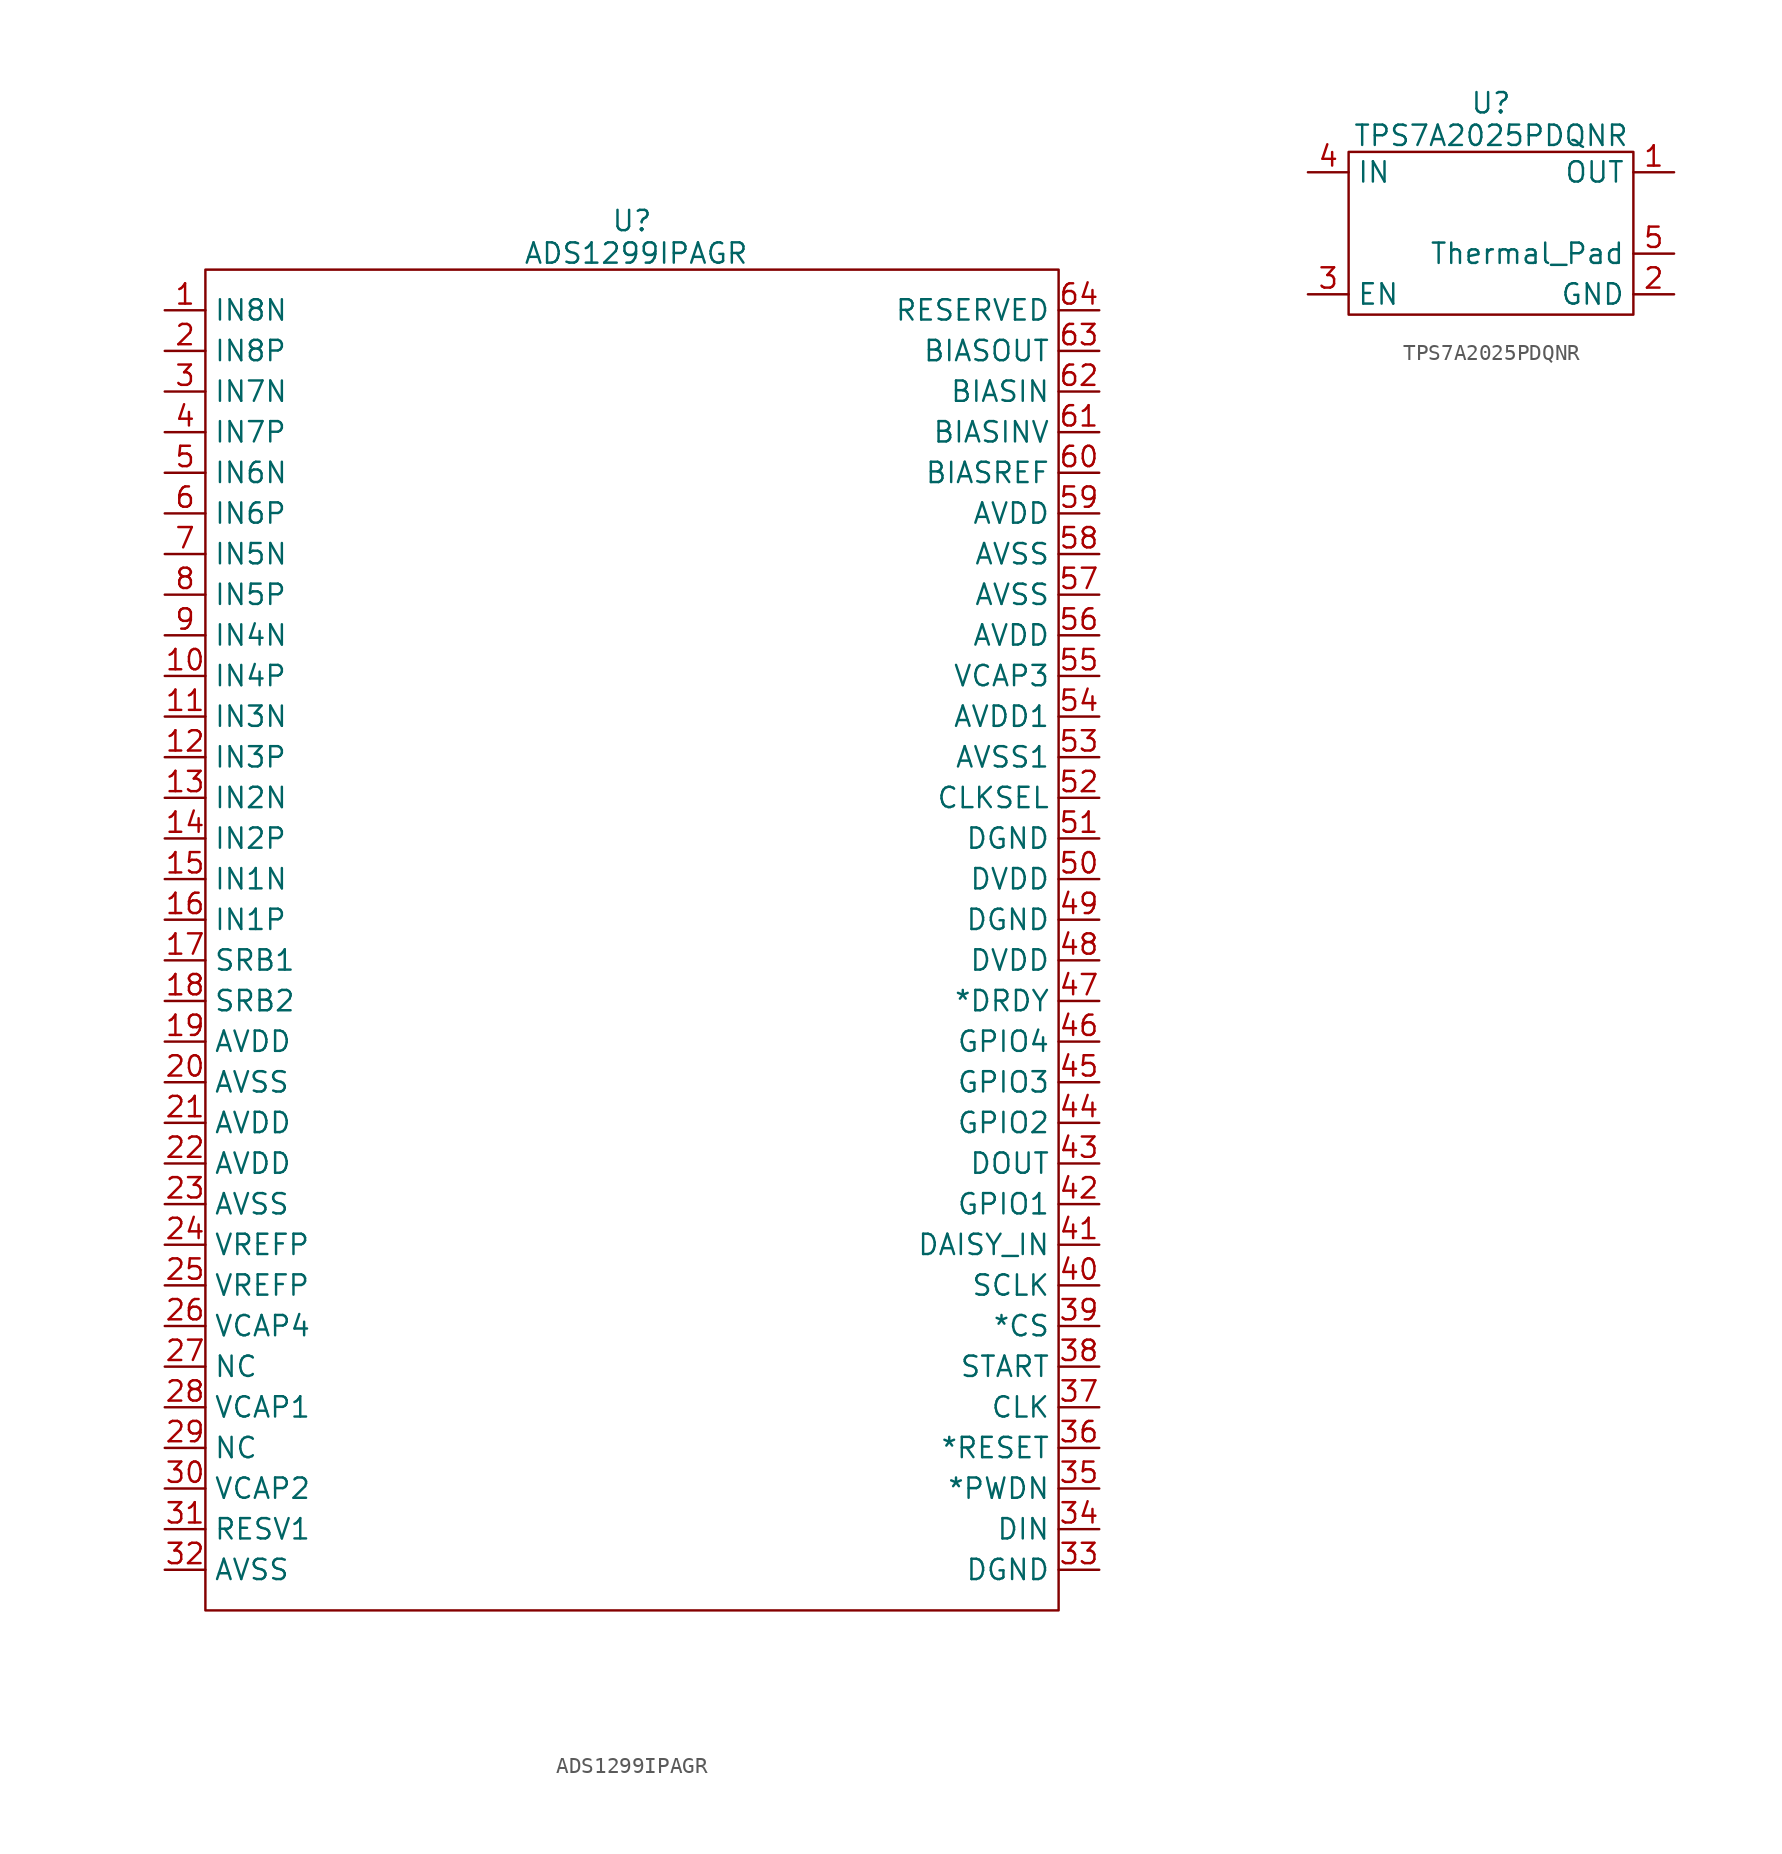
<source format=kicad_sym>
(kicad_symbol_lib
  (version 20241209)
  (generator "kicad_symbol_editor")
  (generator_version "9.0")
  (symbol "ADS1299IPAGR"
    (property "Reference" "U"
      (at 0 42.418 0)
      (effects (font (size 1.27 1.27))))
    (property "Value" "ADS1299IPAGR"
      (at 0.254 40.386 0)
      (effects (font (size 1.27 1.27))))
    (symbol "ADS1299IPAGR_0_1"
      (rectangle (start -26.67 39.37) (end 26.67 -44.45) (stroke (width 0) (type default)) (fill (type none))))
    (symbol "ADS1299IPAGR_1_1"
      (pin input line (at -29.21 36.83 0) (length 2.54) (name "IN8N" (effects (font (size 1.27 1.27)))) (number "1" (effects (font (size 1.27 1.27)))))
      (pin input line (at -29.21 34.29 0) (length 2.54) (name "IN8P" (effects (font (size 1.27 1.27)))) (number "2" (effects (font (size 1.27 1.27)))))
      (pin input line (at -29.21 31.75 0) (length 2.54) (name "IN7N" (effects (font (size 1.27 1.27)))) (number "3" (effects (font (size 1.27 1.27)))))
      (pin input line (at -29.21 29.21 0) (length 2.54) (name "IN7P" (effects (font (size 1.27 1.27)))) (number "4" (effects (font (size 1.27 1.27)))))
      (pin input line (at -29.21 26.67 0) (length 2.54) (name "IN6N" (effects (font (size 1.27 1.27)))) (number "5" (effects (font (size 1.27 1.27)))))
      (pin input line (at -29.21 24.13 0) (length 2.54) (name "IN6P" (effects (font (size 1.27 1.27)))) (number "6" (effects (font (size 1.27 1.27)))))
      (pin input line (at -29.21 21.59 0) (length 2.54) (name "IN5N" (effects (font (size 1.27 1.27)))) (number "7" (effects (font (size 1.27 1.27)))))
      (pin input line (at -29.21 19.05 0) (length 2.54) (name "IN5P" (effects (font (size 1.27 1.27)))) (number "8" (effects (font (size 1.27 1.27)))))
      (pin input line (at -29.21 16.51 0) (length 2.54) (name "IN4N" (effects (font (size 1.27 1.27)))) (number "9" (effects (font (size 1.27 1.27)))))
      (pin input line (at -29.21 13.97 0) (length 2.54) (name "IN4P" (effects (font (size 1.27 1.27)))) (number "10" (effects (font (size 1.27 1.27)))))
      (pin input line (at -29.21 11.43 0) (length 2.54) (name "IN3N" (effects (font (size 1.27 1.27)))) (number "11" (effects (font (size 1.27 1.27)))))
      (pin input line (at -29.21 8.89 0) (length 2.54) (name "IN3P" (effects (font (size 1.27 1.27)))) (number "12" (effects (font (size 1.27 1.27)))))
      (pin input line (at -29.21 6.35 0) (length 2.54) (name "IN2N" (effects (font (size 1.27 1.27)))) (number "13" (effects (font (size 1.27 1.27)))))
      (pin input line (at -29.21 3.81 0) (length 2.54) (name "IN2P" (effects (font (size 1.27 1.27)))) (number "14" (effects (font (size 1.27 1.27)))))
      (pin input line (at -29.21 1.27 0) (length 2.54) (name "IN1N" (effects (font (size 1.27 1.27)))) (number "15" (effects (font (size 1.27 1.27)))))
      (pin input line (at -29.21 -1.27 0) (length 2.54) (name "IN1P" (effects (font (size 1.27 1.27)))) (number "16" (effects (font (size 1.27 1.27)))))
      (pin input line (at -29.21 -3.81 0) (length 2.54) (name "SRB1" (effects (font (size 1.27 1.27)))) (number "17" (effects (font (size 1.27 1.27)))))
      (pin input line (at -29.21 -6.35 0) (length 2.54) (name "SRB2" (effects (font (size 1.27 1.27)))) (number "18" (effects (font (size 1.27 1.27)))))
      (pin power_in line (at -29.21 -8.89 0) (length 2.54) (name "AVDD" (effects (font (size 1.27 1.27)))) (number "19" (effects (font (size 1.27 1.27)))))
      (pin power_in line (at -29.21 -11.43 0) (length 2.54) (name "AVSS" (effects (font (size 1.27 1.27)))) (number "20" (effects (font (size 1.27 1.27)))))
      (pin power_in line (at -29.21 -13.97 0) (length 2.54) (name "AVDD" (effects (font (size 1.27 1.27)))) (number "21" (effects (font (size 1.27 1.27)))))
      (pin power_in line (at -29.21 -16.51 0) (length 2.54) (name "AVDD" (effects (font (size 1.27 1.27)))) (number "22" (effects (font (size 1.27 1.27)))))
      (pin power_in line (at -29.21 -19.05 0) (length 2.54) (name "AVSS" (effects (font (size 1.27 1.27)))) (number "23" (effects (font (size 1.27 1.27)))))
      (pin input line (at -29.21 -21.59 0) (length 2.54) (name "VREFP" (effects (font (size 1.27 1.27)))) (number "24" (effects (font (size 1.27 1.27)))))
      (pin input line (at -29.21 -24.13 0) (length 2.54) (name "VREFP" (effects (font (size 1.27 1.27)))) (number "25" (effects (font (size 1.27 1.27)))))
      (pin input line (at -29.21 -26.67 0) (length 2.54) (name "VCAP4" (effects (font (size 1.27 1.27)))) (number "26" (effects (font (size 1.27 1.27)))))
      (pin input line (at -29.21 -29.21 0) (length 2.54) (name "NC" (effects (font (size 1.27 1.27)))) (number "27" (effects (font (size 1.27 1.27)))))
      (pin input line (at -29.21 -31.75 0) (length 2.54) (name "VCAP1" (effects (font (size 1.27 1.27)))) (number "28" (effects (font (size 1.27 1.27)))))
      (pin input line (at -29.21 -34.29 0) (length 2.54) (name "NC" (effects (font (size 1.27 1.27)))) (number "29" (effects (font (size 1.27 1.27)))))
      (pin input line (at -29.21 -36.83 0) (length 2.54) (name "VCAP2" (effects (font (size 1.27 1.27)))) (number "30" (effects (font (size 1.27 1.27)))))
      (pin power_out line (at -29.21 -39.37 0) (length 2.54) (name "RESV1" (effects (font (size 1.27 1.27)))) (number "31" (effects (font (size 1.27 1.27)))))
      (pin power_out line (at -29.21 -41.91 0) (length 2.54) (name "AVSS" (effects (font (size 1.27 1.27)))) (number "32" (effects (font (size 1.27 1.27)))))
      (pin output line (at 29.21 36.83 180) (length 2.54) (name "RESERVED" (effects (font (size 1.27 1.27)))) (number "64" (effects (font (size 1.27 1.27)))))
      (pin output line (at 29.21 34.29 180) (length 2.54) (name "BIASOUT" (effects (font (size 1.27 1.27)))) (number "63" (effects (font (size 1.27 1.27)))))
      (pin input line (at 29.21 31.75 180) (length 2.54) (name "BIASIN" (effects (font (size 1.27 1.27)))) (number "62" (effects (font (size 1.27 1.27)))))
      (pin input line (at 29.21 29.21 180) (length 2.54) (name "BIASINV" (effects (font (size 1.27 1.27)))) (number "61" (effects (font (size 1.27 1.27)))))
      (pin input line (at 29.21 26.67 180) (length 2.54) (name "BIASREF" (effects (font (size 1.27 1.27)))) (number "60" (effects (font (size 1.27 1.27)))))
      (pin bidirectional line (at 29.21 24.13 180) (length 2.54) (name "AVDD" (effects (font (size 1.27 1.27)))) (number "59" (effects (font (size 1.27 1.27)))))
      (pin bidirectional line (at 29.21 21.59 180) (length 2.54) (name "AVSS" (effects (font (size 1.27 1.27)))) (number "58" (effects (font (size 1.27 1.27)))))
      (pin bidirectional line (at 29.21 19.05 180) (length 2.54) (name "AVSS" (effects (font (size 1.27 1.27)))) (number "57" (effects (font (size 1.27 1.27)))))
      (pin bidirectional line (at 29.21 16.51 180) (length 2.54) (name "AVDD" (effects (font (size 1.27 1.27)))) (number "56" (effects (font (size 1.27 1.27)))))
      (pin output line (at 29.21 13.97 180) (length 2.54) (name "VCAP3" (effects (font (size 1.27 1.27)))) (number "55" (effects (font (size 1.27 1.27)))))
      (pin bidirectional line (at 29.21 11.43 180) (length 2.54) (name "AVDD1" (effects (font (size 1.27 1.27)))) (number "54" (effects (font (size 1.27 1.27)))))
      (pin bidirectional line (at 29.21 8.89 180) (length 2.54) (name "AVSS1" (effects (font (size 1.27 1.27)))) (number "53" (effects (font (size 1.27 1.27)))))
      (pin input line (at 29.21 6.35 180) (length 2.54) (name "CLKSEL" (effects (font (size 1.27 1.27)))) (number "52" (effects (font (size 1.27 1.27)))))
      (pin bidirectional line (at 29.21 3.81 180) (length 2.54) (name "DGND" (effects (font (size 1.27 1.27)))) (number "51" (effects (font (size 1.27 1.27)))))
      (pin bidirectional line (at 29.21 1.27 180) (length 2.54) (name "DVDD" (effects (font (size 1.27 1.27)))) (number "50" (effects (font (size 1.27 1.27)))))
      (pin bidirectional line (at 29.21 -1.27 180) (length 2.54) (name "DGND" (effects (font (size 1.27 1.27)))) (number "49" (effects (font (size 1.27 1.27)))))
      (pin bidirectional line (at 29.21 -3.81 180) (length 2.54) (name "DVDD" (effects (font (size 1.27 1.27)))) (number "48" (effects (font (size 1.27 1.27)))))
      (pin output line (at 29.21 -6.35 180) (length 2.54) (name "*DRDY" (effects (font (size 1.27 1.27)))) (number "47" (effects (font (size 1.27 1.27)))))
      (pin output line (at 29.21 -8.89 180) (length 2.54) (name "GPIO4" (effects (font (size 1.27 1.27)))) (number "46" (effects (font (size 1.27 1.27)))))
      (pin output line (at 29.21 -11.43 180) (length 2.54) (name "GPIO3" (effects (font (size 1.27 1.27)))) (number "45" (effects (font (size 1.27 1.27)))))
      (pin output line (at 29.21 -13.97 180) (length 2.54) (name "GPIO2" (effects (font (size 1.27 1.27)))) (number "44" (effects (font (size 1.27 1.27)))))
      (pin output line (at 29.21 -16.51 180) (length 2.54) (name "DOUT" (effects (font (size 1.27 1.27)))) (number "43" (effects (font (size 1.27 1.27)))))
      (pin output line (at 29.21 -19.05 180) (length 2.54) (name "GPIO1" (effects (font (size 1.27 1.27)))) (number "42" (effects (font (size 1.27 1.27)))))
      (pin input line (at 29.21 -21.59 180) (length 2.54) (name "DAISY_IN" (effects (font (size 1.27 1.27)))) (number "41" (effects (font (size 1.27 1.27)))))
      (pin input line (at 29.21 -24.13 180) (length 2.54) (name "SCLK" (effects (font (size 1.27 1.27)))) (number "40" (effects (font (size 1.27 1.27)))))
      (pin input line (at 29.21 -26.67 180) (length 2.54) (name "*CS" (effects (font (size 1.27 1.27)))) (number "39" (effects (font (size 1.27 1.27)))))
      (pin output line (at 29.21 -29.21 180) (length 2.54) (name "START" (effects (font (size 1.27 1.27)))) (number "38" (effects (font (size 1.27 1.27)))))
      (pin output line (at 29.21 -31.75 180) (length 2.54) (name "CLK" (effects (font (size 1.27 1.27)))) (number "37" (effects (font (size 1.27 1.27)))))
      (pin output line (at 29.21 -34.29 180) (length 2.54) (name "*RESET" (effects (font (size 1.27 1.27)))) (number "36" (effects (font (size 1.27 1.27)))))
      (pin power_out line (at 29.21 -36.83 180) (length 2.54) (name "*PWDN" (effects (font (size 1.27 1.27)))) (number "35" (effects (font (size 1.27 1.27)))))
      (pin input line (at 29.21 -39.37 180) (length 2.54) (name "DIN" (effects (font (size 1.27 1.27)))) (number "34" (effects (font (size 1.27 1.27)))))
      (pin power_out line (at 29.21 -41.91 180) (length 2.54) (name "DGND" (effects (font (size 1.27 1.27)))) (number "33" (effects (font (size 1.27 1.27)))))))
  (symbol "TPS7A2025PDQNR"
    (property "Reference" "U"
      (at 0 8.128 0)
      (effects (font (size 1.27 1.27))))
    (property "Value" "TPS7A2025PDQNR"
      (at 0 6.096 0)
      (effects (font (size 1.27 1.27))))
    (symbol "TPS7A2025PDQNR_0_1"
      (rectangle (start -8.89 5.08) (end 8.89 -5.08) (stroke (width 0) (type default)) (fill (type none))))
    (symbol "TPS7A2025PDQNR_1_1"
      (pin power_in line (at -11.43 3.81 0) (length 2.54) (name "IN" (effects (font (size 1.27 1.27)))) (number "4" (effects (font (size 1.27 1.27)))))
      (pin power_in line (at -11.43 -3.81 0) (length 2.54) (name "EN" (effects (font (size 1.27 1.27)))) (number "3" (effects (font (size 1.27 1.27)))))
      (pin power_out line (at 11.43 3.81 180) (length 2.54) (name "OUT" (effects (font (size 1.27 1.27)))) (number "1" (effects (font (size 1.27 1.27)))))
      (pin power_out line (at 11.43 -1.27 180) (length 2.54) (name "Thermal_Pad" (effects (font (size 1.27 1.27)))) (number "5" (effects (font (size 1.27 1.27)))))
      (pin power_out line (at 11.43 -3.81 180) (length 2.54) (name "GND" (effects (font (size 1.27 1.27)))) (number "2" (effects (font (size 1.27 1.27))))))))
</source>
